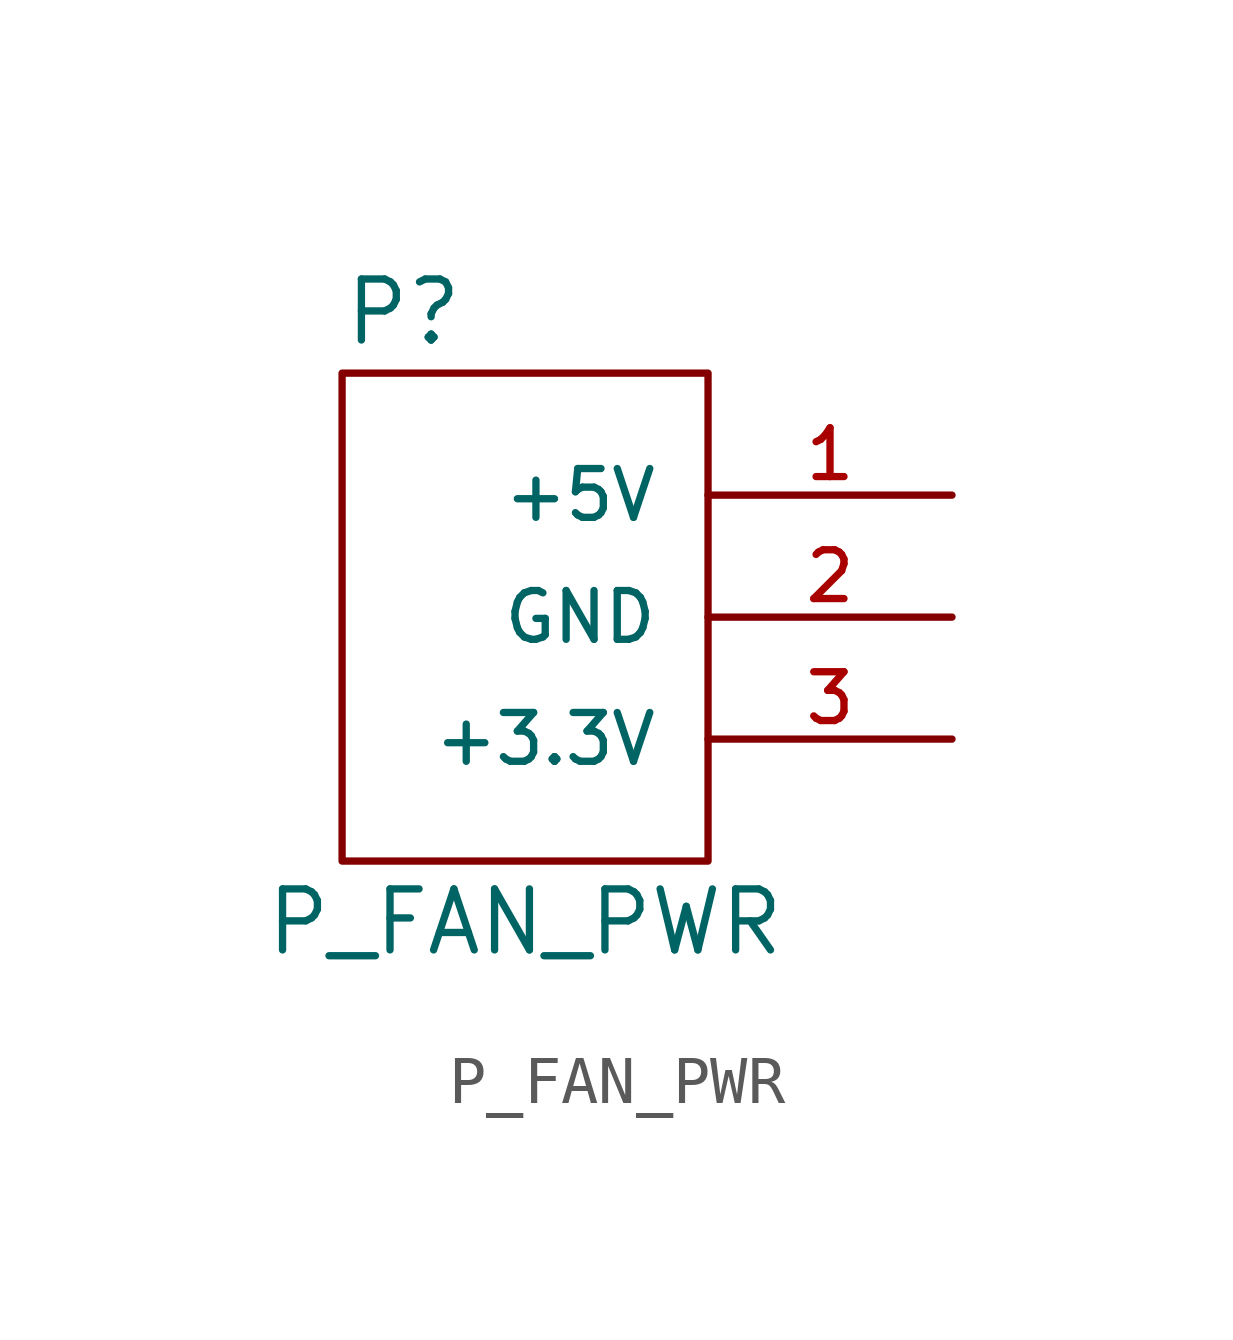
<source format=kicad_sym>
(kicad_symbol_lib
  (version 20220914)
  (generator kicad_symbol_editor)
  (symbol "P_FAN_PWR"
    (pin_names
      (offset 1.016))
    (property "Reference" "P"
      (at -3.81 6.35 0)
      (effects (font (size 1.27 1.27)) (justify left)))
    (property "Value" "P_FAN_PWR"
      (at 0 -6.35 0)
      (effects (font (size 1.27 1.27))))
    (symbol "P_FAN_PWR_1_1"
      (rectangle (start -3.81 5.08) (end 3.81 -5.08) (stroke (width 0) (type default)) (fill (type none)))
      (pin passive line (at 8.89 2.54 180) (length 5.08) (name "+5V" (effects (font (size 1.016 1.016)))) (number "1" (effects (font (size 1.016 1.016)))))
      (pin passive line (at 8.89 0 180) (length 5.08) (name "GND" (effects (font (size 1.016 1.016)))) (number "2" (effects (font (size 1.016 1.016)))))
      (pin passive line (at 8.89 -2.54 180) (length 5.08) (name "+3.3V" (effects (font (size 1.016 1.016)))) (number "3" (effects (font (size 1.016 1.016))))))))
</source>
